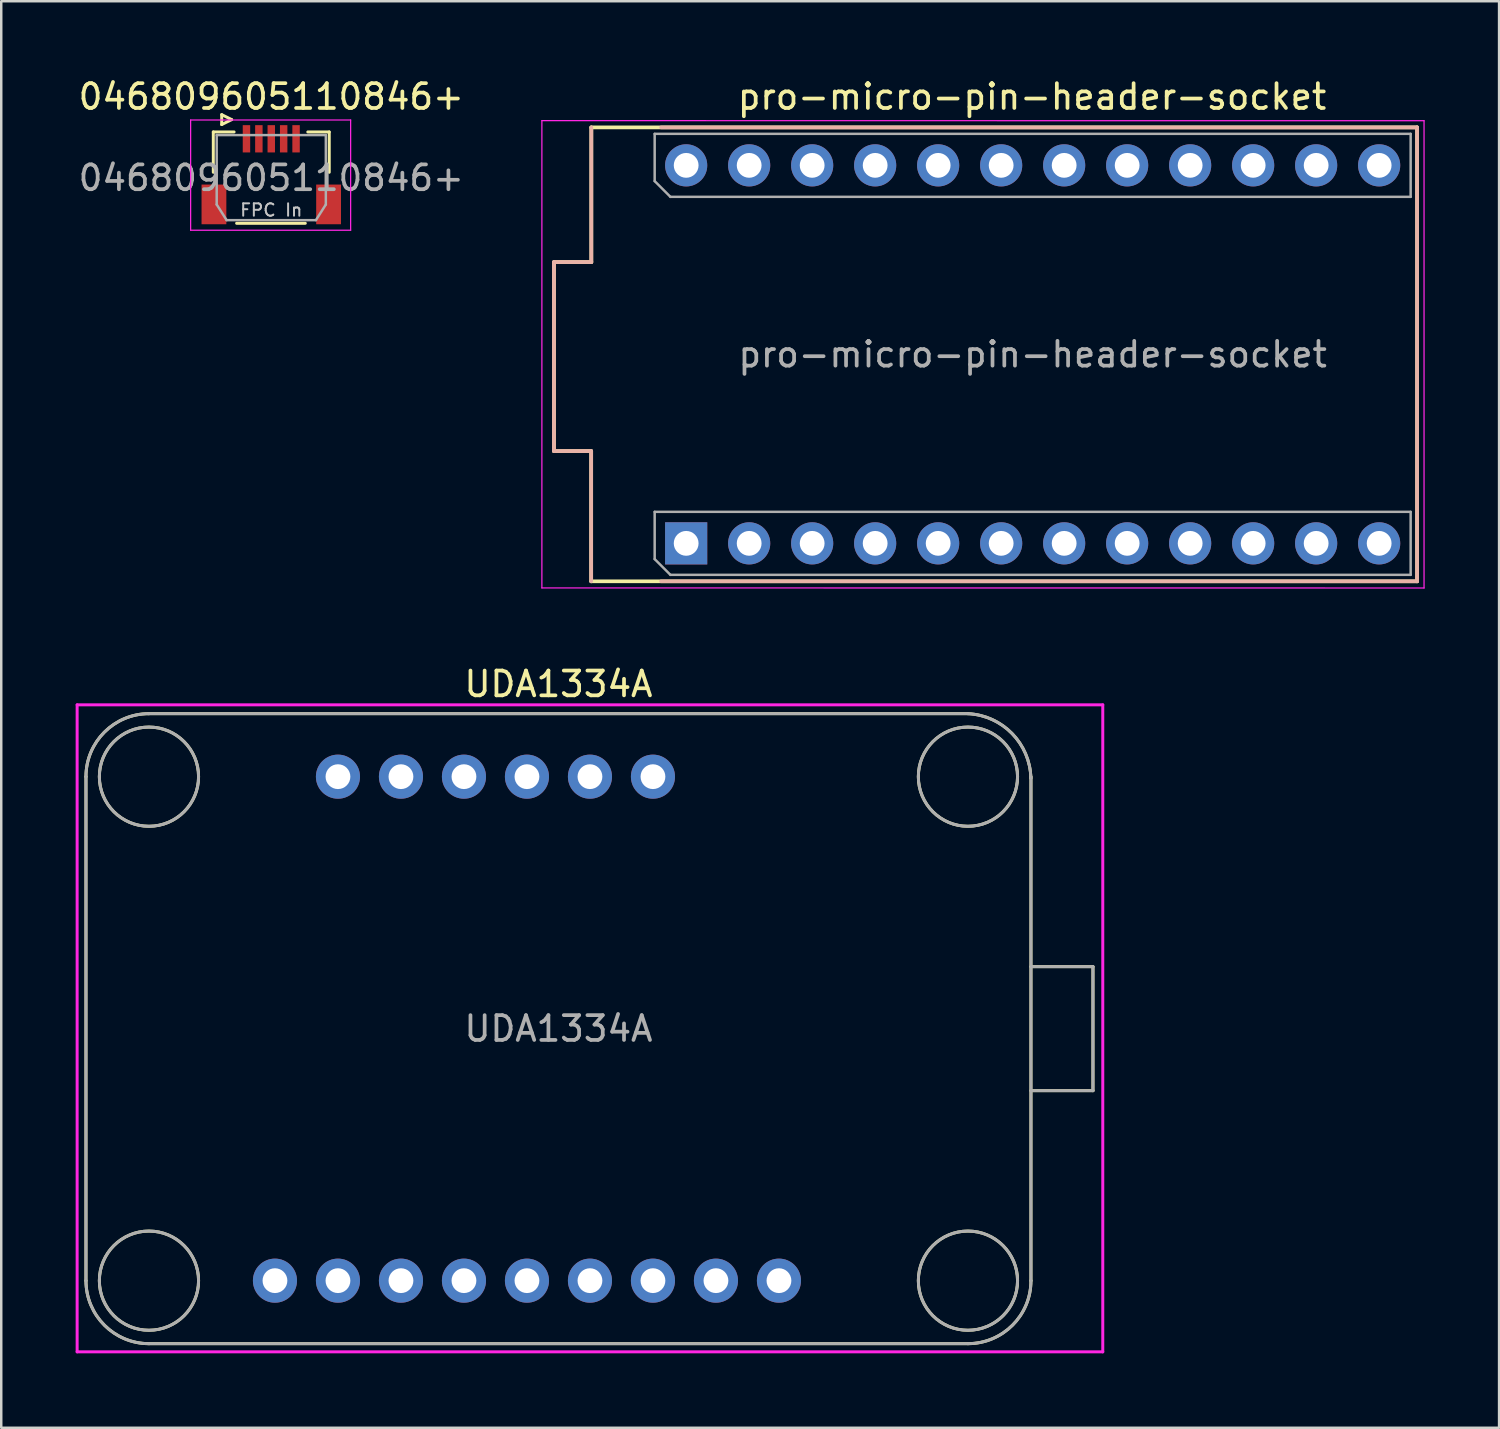
<source format=kicad_pcb>
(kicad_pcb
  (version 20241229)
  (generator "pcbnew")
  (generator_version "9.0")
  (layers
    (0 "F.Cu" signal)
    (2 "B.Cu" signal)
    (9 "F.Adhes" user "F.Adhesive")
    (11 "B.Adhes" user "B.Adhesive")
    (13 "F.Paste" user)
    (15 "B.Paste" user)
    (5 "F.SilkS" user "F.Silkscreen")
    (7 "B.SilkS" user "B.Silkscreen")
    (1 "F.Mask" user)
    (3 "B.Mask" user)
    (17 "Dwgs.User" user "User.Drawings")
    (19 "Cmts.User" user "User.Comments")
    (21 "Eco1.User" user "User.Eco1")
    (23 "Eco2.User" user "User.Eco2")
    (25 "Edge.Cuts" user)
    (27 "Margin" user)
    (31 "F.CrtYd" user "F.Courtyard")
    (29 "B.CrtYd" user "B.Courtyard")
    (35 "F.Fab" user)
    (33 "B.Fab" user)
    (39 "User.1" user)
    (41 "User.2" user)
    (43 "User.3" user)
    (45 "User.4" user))
  (footprint "UDA1334A"
    (layer "F.Cu")
    (at 19.466 38.424)
    (property "Reference" "UDA1334A" (at 0 -13.894 0) (layer "F.SilkS") (effects (font (size 1 1) (thickness 0.15))))
    (attr through_hole)
    (fp_line (start -19.05 10.16) (end -19.05 -10.16) (stroke (width 0.12) (type solid)) (layer "F.SilkS"))
    (fp_line (start -16.51 -12.7) (end 16.51 -12.7) (stroke (width 0.12) (type solid)) (layer "F.SilkS"))
    (fp_line (start -16.51 12.7) (end 16.51 12.7) (stroke (width 0.12) (type solid)) (layer "F.SilkS"))
    (fp_line (start 19.05 -10.16) (end 19.05 10.16) (stroke (width 0.12) (type solid)) (layer "F.SilkS"))
    (fp_line (start 19.05 2.5) (end 21.55 2.5) (stroke (width 0.12) (type solid)) (layer "F.SilkS"))
    (fp_line (start 21.55 -2.5) (end 19.05 -2.5) (stroke (width 0.12) (type solid)) (layer "F.SilkS"))
    (fp_line (start 21.55 2.5) (end 21.55 -2.5) (stroke (width 0.12) (type solid)) (layer "F.SilkS"))
    (fp_arc (start -19.05 -10.16) (mid -18.306051 -11.956051) (end -16.51 -12.7) (stroke (width 0.12) (type solid)) (layer "F.SilkS"))
    (fp_arc (start -16.51 12.7) (mid -18.306051 11.956051) (end -19.05 10.16) (stroke (width 0.12) (type solid)) (layer "F.SilkS"))
    (fp_arc (start 16.51 -12.7) (mid 18.289861 -11.898129) (end 19.047017 -10.098791) (stroke (width 0.12) (type solid)) (layer "F.SilkS"))
    (fp_arc (start 19.05 10.16) (mid 18.306051 11.956051) (end 16.51 12.7) (stroke (width 0.12) (type solid)) (layer "F.SilkS"))
    (fp_circle (center -16.51 -10.16) (end -14.51 -10.16) (stroke (width 0.12) (type solid)) (fill no) (layer "F.SilkS"))
    (fp_circle (center -16.51 10.16) (end -14.51 10.16) (stroke (width 0.12) (type solid)) (fill no) (layer "F.SilkS"))
    (fp_circle (center 16.51 -10.16) (end 18.51 -10.16) (stroke (width 0.12) (type solid)) (fill no) (layer "F.SilkS"))
    (fp_circle (center 16.51 10.16) (end 18.51 10.16) (stroke (width 0.12) (type solid)) (fill no) (layer "F.SilkS"))
    (fp_line (start -19.406 -13.056) (end 21.946 -13.056) (stroke (width 0.12) (type solid)) (layer "F.CrtYd"))
    (fp_line (start -19.406 13.03) (end -19.406 -13.056) (stroke (width 0.12) (type solid)) (layer "F.CrtYd"))
    (fp_line (start 21.946 -13.056) (end 21.946 13.03) (stroke (width 0.12) (type solid)) (layer "F.CrtYd"))
    (fp_line (start 21.946 13.03) (end -19.406 13.03) (stroke (width 0.12) (type solid)) (layer "F.CrtYd"))
    (fp_line (start -19.05 10.16) (end -19.05 -10.16) (stroke (width 0.12) (type solid)) (layer "F.Fab"))
    (fp_line (start -16.51 -12.7) (end 16.51 -12.7) (stroke (width 0.12) (type solid)) (layer "F.Fab"))
    (fp_line (start -16.51 12.7) (end 16.51 12.7) (stroke (width 0.12) (type solid)) (layer "F.Fab"))
    (fp_line (start 19.05 -10.16) (end 19.05 10.16) (stroke (width 0.12) (type solid)) (layer "F.Fab"))
    (fp_line (start 19.05 2.5) (end 21.55 2.5) (stroke (width 0.12) (type solid)) (layer "F.Fab"))
    (fp_line (start 21.55 -2.5) (end 19.05 -2.5) (stroke (width 0.12) (type solid)) (layer "F.Fab"))
    (fp_line (start 21.55 2.5) (end 21.55 -2.5) (stroke (width 0.12) (type solid)) (layer "F.Fab"))
    (fp_arc (start -19.05 -10.16) (mid -18.306051 -11.956051) (end -16.51 -12.7) (stroke (width 0.12) (type solid)) (layer "F.Fab"))
    (fp_arc (start -16.51 12.7) (mid -18.306051 11.956051) (end -19.05 10.16) (stroke (width 0.12) (type solid)) (layer "F.Fab"))
    (fp_arc (start 16.507773 -12.700108) (mid 18.289083 -11.898927) (end 19.047017 -10.098791) (stroke (width 0.12) (type solid)) (layer "F.Fab"))
    (fp_arc (start 19.05 10.16) (mid 18.306051 11.956051) (end 16.51 12.7) (stroke (width 0.12) (type solid)) (layer "F.Fab"))
    (fp_circle (center -16.51 -10.16) (end -14.51 -10.16) (stroke (width 0.12) (type solid)) (fill no) (layer "F.Fab"))
    (fp_circle (center -16.51 10.16) (end -14.51 10.16) (stroke (width 0.12) (type solid)) (fill no) (layer "F.Fab"))
    (fp_circle (center 16.51 -10.16) (end 18.51 -10.16) (stroke (width 0.12) (type solid)) (fill no) (layer "F.Fab"))
    (fp_circle (center 16.51 10.16) (end 18.51 10.16) (stroke (width 0.12) (type solid)) (fill no) (layer "F.Fab"))
    (fp_text user "${REFERENCE}" (at 0 0 0) (layer "F.Fab") (effects (font (size 1 1) (thickness 0.15))))
    (pad "1" thru_hole circle (at -11.43 10.16) (size 1.778 1.778) (drill 1) (layers "*.Cu" "*.Mask"))
    (pad "2" thru_hole circle (at -8.89 10.16) (size 1.778 1.778) (drill 1) (layers "*.Cu" "*.Mask"))
    (pad "3" thru_hole circle (at -6.35 10.16) (size 1.778 1.778) (drill 1) (layers "*.Cu" "*.Mask"))
    (pad "4" thru_hole circle (at -3.81 10.16) (size 1.778 1.778) (drill 1) (layers "*.Cu" "*.Mask"))
    (pad "5" thru_hole circle (at -1.27 10.16) (size 1.778 1.778) (drill 1) (layers "*.Cu" "*.Mask"))
    (pad "6" thru_hole circle (at 1.27 10.16) (size 1.778 1.778) (drill 1) (layers "*.Cu" "*.Mask"))
    (pad "7" thru_hole circle (at 3.81 10.16) (size 1.778 1.778) (drill 1) (layers "*.Cu" "*.Mask"))
    (pad "8" thru_hole circle (at 6.35 10.16) (size 1.778 1.778) (drill 1) (layers "*.Cu" "*.Mask"))
    (pad "9" thru_hole circle (at 8.89 10.16) (size 1.778 1.778) (drill 1) (layers "*.Cu" "*.Mask"))
    (pad "10" thru_hole circle (at -8.89 -10.16) (size 1.778 1.778) (drill 1) (layers "*.Cu" "*.Mask"))
    (pad "11" thru_hole circle (at -6.35 -10.16) (size 1.778 1.778) (drill 1) (layers "*.Cu" "*.Mask"))
    (pad "12" thru_hole circle (at -3.81 -10.16) (size 1.778 1.778) (drill 1) (layers "*.Cu" "*.Mask"))
    (pad "13" thru_hole circle (at -1.27 -10.16) (size 1.778 1.778) (drill 1) (layers "*.Cu" "*.Mask"))
    (pad "14" thru_hole circle (at 1.27 -10.16) (size 1.778 1.778) (drill 1) (layers "*.Cu" "*.Mask"))
    (pad "15" thru_hole circle (at 3.81 -10.16) (size 1.778 1.778) (drill 1) (layers "*.Cu" "*.Mask")))
  (footprint "pro-micro-pin-header-socket"
    (layer "F.Cu")
    (at 38.585 11.237)
    (property "Reference" "pro-micro-pin-header-socket" (at -0.025 -10.389 0) (layer "F.SilkS") (effects (font (size 1 1) (thickness 0.15))))
    (attr through_hole)
    (fp_line (start -19.3 -3.72) (end -17.794 -3.72) (stroke (width 0.15) (type solid)) (layer "F.SilkS"))
    (fp_line (start -19.3 3.9) (end -19.3 -3.72) (stroke (width 0.15) (type solid)) (layer "F.SilkS"))
    (fp_line (start -17.8 -9.15) (end 15.5 -9.15) (stroke (width 0.15) (type solid)) (layer "F.SilkS"))
    (fp_line (start -17.8 3.9) (end -19.3 3.9) (stroke (width 0.15) (type solid)) (layer "F.SilkS"))
    (fp_line (start -17.8 9.15) (end -17.8 3.9) (stroke (width 0.15) (type solid)) (layer "F.SilkS"))
    (fp_line (start -17.8 9.15) (end 15.5 9.15) (stroke (width 0.15) (type solid)) (layer "F.SilkS"))
    (fp_line (start -17.794 -3.72) (end -17.794 -9.15) (stroke (width 0.15) (type solid)) (layer "F.SilkS"))
    (fp_line (start 15.5 -9.15) (end 15.5 9.15) (stroke (width 0.15) (type solid)) (layer "F.SilkS"))
    (fp_line (start -19.3 -3.72) (end -17.794 -3.72) (stroke (width 0.15) (type solid)) (layer "B.SilkS"))
    (fp_line (start -19.3 3.9) (end -19.3 -3.72) (stroke (width 0.15) (type solid)) (layer "B.SilkS"))
    (fp_line (start -17.8 3.9) (end -19.3 3.9) (stroke (width 0.15) (type solid)) (layer "B.SilkS"))
    (fp_line (start -17.8 9.15) (end -17.8 3.9) (stroke (width 0.15) (type solid)) (layer "B.SilkS"))
    (fp_line (start -17.794 -3.72) (end -17.794 -9.15) (stroke (width 0.15) (type solid)) (layer "B.SilkS"))
    (fp_line (start -14.98 -9.15) (end 15.5 -9.15) (stroke (width 0.15) (type solid)) (layer "B.SilkS"))
    (fp_line (start 15.5 -9.15) (end 15.5 9.15) (stroke (width 0.15) (type solid)) (layer "B.SilkS"))
    (fp_line (start 15.5 9.15) (end -14.98 9.15) (stroke (width 0.15) (type solid)) (layer "B.SilkS"))
    (fp_line (start -19.787 -9.423) (end -19.787 9.417) (stroke (width 0.05) (type solid)) (layer "F.CrtYd"))
    (fp_line (start -19.787 9.417) (end 15.78 9.42) (stroke (width 0.05) (type solid)) (layer "F.CrtYd"))
    (fp_line (start 15.78 -9.42) (end -19.787 -9.423) (stroke (width 0.05) (type solid)) (layer "F.CrtYd"))
    (fp_line (start 15.78 9.42) (end 15.78 -9.42) (stroke (width 0.05) (type solid)) (layer "F.CrtYd"))
    (fp_line (start -15.24 -8.89) (end 15.24 -8.89) (stroke (width 0.1) (type solid)) (layer "F.Fab"))
    (fp_line (start -15.24 -6.985) (end -15.24 -8.89) (stroke (width 0.1) (type solid)) (layer "F.Fab"))
    (fp_line (start -15.24 6.35) (end 15.24 6.35) (stroke (width 0.1) (type solid)) (layer "F.Fab"))
    (fp_line (start -15.24 8.255) (end -15.24 6.35) (stroke (width 0.1) (type solid)) (layer "F.Fab"))
    (fp_line (start -14.605 -6.35) (end -15.24 -6.985) (stroke (width 0.1) (type solid)) (layer "F.Fab"))
    (fp_line (start -14.605 8.89) (end -15.24 8.255) (stroke (width 0.1) (type solid)) (layer "F.Fab"))
    (fp_line (start 15.24 -8.89) (end 15.24 -6.35) (stroke (width 0.1) (type solid)) (layer "F.Fab"))
    (fp_line (start 15.24 -6.35) (end -14.605 -6.35) (stroke (width 0.1) (type solid)) (layer "F.Fab"))
    (fp_line (start 15.24 6.35) (end 15.24 8.89) (stroke (width 0.1) (type solid)) (layer "F.Fab"))
    (fp_line (start 15.24 8.89) (end -14.605 8.89) (stroke (width 0.1) (type solid)) (layer "F.Fab"))
    (fp_text user "${REFERENCE}" (at 0 0 180) (layer "F.Fab") (effects (font (size 1 1) (thickness 0.15))))
    (pad "1" thru_hole rect (at -13.97 7.62 90) (size 1.7 1.7) (drill 1) (layers "*.Cu" "*.Mask"))
    (pad "2" thru_hole oval (at -11.43 7.62 90) (size 1.7 1.7) (drill 1) (layers "*.Cu" "*.Mask"))
    (pad "3" thru_hole oval (at -8.89 7.62 90) (size 1.7 1.7) (drill 1) (layers "*.Cu" "*.Mask"))
    (pad "4" thru_hole oval (at -6.35 7.62 90) (size 1.7 1.7) (drill 1) (layers "*.Cu" "*.Mask"))
    (pad "5" thru_hole oval (at -3.81 7.62 90) (size 1.7 1.7) (drill 1) (layers "*.Cu" "*.Mask"))
    (pad "6" thru_hole oval (at -1.27 7.62 90) (size 1.7 1.7) (drill 1) (layers "*.Cu" "*.Mask"))
    (pad "7" thru_hole oval (at 1.27 7.62 90) (size 1.7 1.7) (drill 1) (layers "*.Cu" "*.Mask"))
    (pad "8" thru_hole oval (at 3.81 7.62 90) (size 1.7 1.7) (drill 1) (layers "*.Cu" "*.Mask"))
    (pad "9" thru_hole oval (at 6.35 7.62 90) (size 1.7 1.7) (drill 1) (layers "*.Cu" "*.Mask"))
    (pad "10" thru_hole oval (at 8.89 7.62 90) (size 1.7 1.7) (drill 1) (layers "*.Cu" "*.Mask"))
    (pad "11" thru_hole oval (at 11.43 7.62 90) (size 1.7 1.7) (drill 1) (layers "*.Cu" "*.Mask"))
    (pad "12" thru_hole oval (at 13.97 7.62 90) (size 1.7 1.7) (drill 1) (layers "*.Cu" "*.Mask"))
    (pad "13" thru_hole circle (at 13.97 -7.62 90) (size 1.7 1.7) (drill 1) (layers "*.Cu" "*.Mask"))
    (pad "14" thru_hole circle (at 11.43 -7.62 90) (size 1.7 1.7) (drill 1) (layers "*.Cu" "*.Mask"))
    (pad "15" thru_hole circle (at 8.89 -7.62 90) (size 1.7 1.7) (drill 1) (layers "*.Cu" "*.Mask"))
    (pad "16" thru_hole circle (at 6.35 -7.62 90) (size 1.7 1.7) (drill 1) (layers "*.Cu" "*.Mask"))
    (pad "17" thru_hole circle (at 3.81 -7.62 90) (size 1.7 1.7) (drill 1) (layers "*.Cu" "*.Mask"))
    (pad "18" thru_hole circle (at 1.27 -7.62 90) (size 1.7 1.7) (drill 1) (layers "*.Cu" "*.Mask"))
    (pad "19" thru_hole circle (at -1.27 -7.62 90) (size 1.7 1.7) (drill 1) (layers "*.Cu" "*.Mask"))
    (pad "20" thru_hole circle (at -3.81 -7.62 90) (size 1.7 1.7) (drill 1) (layers "*.Cu" "*.Mask"))
    (pad "21" thru_hole circle (at -6.35 -7.62 90) (size 1.7 1.7) (drill 1) (layers "*.Cu" "*.Mask"))
    (pad "22" thru_hole circle (at -8.89 -7.62 90) (size 1.7 1.7) (drill 1) (layers "*.Cu" "*.Mask"))
    (pad "23" thru_hole circle (at -11.43 -7.62 90) (size 1.7 1.7) (drill 1) (layers "*.Cu" "*.Mask"))
    (pad "24" thru_hole circle (at -13.97 -7.62 90) (size 1.7 1.7) (drill 1) (layers "*.Cu" "*.Mask")))
  (footprint "046809605110846+"
    (layer "F.Cu")
    (at 7.887 4.226)
    (property "Reference" "046809605110846+" (at 0 -3.378 0) (layer "F.SilkS") (effects (font (size 1 1) (thickness 0.15))))
    (attr through_hole)
    (fp_line (start -2.337 -1.956) (end -2.337 -0.33) (stroke (width 0.12) (type solid)) (layer "F.SilkS"))
    (fp_line (start -2.337 -1.956) (end -1.499 -1.956) (stroke (width 0.12) (type solid)) (layer "F.SilkS"))
    (fp_line (start -1.998 -2.654) (end -1.998 -2.254) (stroke (width 0.12) (type solid)) (layer "F.SilkS"))
    (fp_line (start -1.998 -2.254) (end -1.598 -2.454) (stroke (width 0.12) (type solid)) (layer "F.SilkS"))
    (fp_line (start -1.598 -2.454) (end -1.998 -2.654) (stroke (width 0.12) (type solid)) (layer "F.SilkS"))
    (fp_line (start -1.397 1.727) (end 1.372 1.727) (stroke (width 0.12) (type solid)) (layer "F.SilkS"))
    (fp_line (start 1.473 -1.956) (end 2.337 -1.956) (stroke (width 0.12) (type solid)) (layer "F.SilkS"))
    (fp_line (start 2.337 -1.956) (end 2.337 -0.33) (stroke (width 0.12) (type solid)) (layer "F.SilkS"))
    (fp_line (start -3.251 -2.438) (end -3.251 2.007) (stroke (width 0.05) (type solid)) (layer "F.CrtYd"))
    (fp_line (start -3.251 2.007) (end 3.2 2.007) (stroke (width 0.05) (type solid)) (layer "F.CrtYd"))
    (fp_line (start 3.2 -2.438) (end -3.251 -2.438) (stroke (width 0.05) (type solid)) (layer "F.CrtYd"))
    (fp_line (start 3.2 2.007) (end 3.2 -2.438) (stroke (width 0.05) (type solid)) (layer "F.CrtYd"))
    (fp_line (start -2.2 -1.83) (end 2.2 -1.83) (stroke (width 0.1) (type solid)) (layer "F.Fab"))
    (fp_line (start -2.2 0.97) (end -2.2 -1.83) (stroke (width 0.1) (type solid)) (layer "F.Fab"))
    (fp_line (start -2.2 0.97) (end -1.8 1.6) (stroke (width 0.1) (type solid)) (layer "F.Fab"))
    (fp_line (start 1.8 1.6) (end -1.8 1.6) (stroke (width 0.1) (type solid)) (layer "F.Fab"))
    (fp_line (start 1.8 1.6) (end 2.2 0.97) (stroke (width 0.1) (type solid)) (layer "F.Fab"))
    (fp_line (start 2.2 -1.83) (end 2.2 0.97) (stroke (width 0.1) (type solid)) (layer "F.Fab"))
    (fp_text user "FPC In" (at 0 1.194 0) (layer "Dwgs.User") (effects (font (size 0.5 0.5) (thickness 0.08))))
    (fp_text user "${REFERENCE}" (at 0 -0.102 0) (layer "F.Fab") (effects (font (size 1 1) (thickness 0.15))))
    (pad "1" smd rect (at -1 -1.68) (size 0.3 1.1) (layers "F.Cu" "F.Mask" "F.Paste"))
    (pad "2" smd rect (at -0.5 -1.68) (size 0.3 1.1) (layers "F.Cu" "F.Mask" "F.Paste"))
    (pad "3" smd rect (at 0 -1.68) (size 0.3 1.1) (layers "F.Cu" "F.Mask" "F.Paste"))
    (pad "4" smd rect (at 0.5 -1.68) (size 0.3 1.1) (layers "F.Cu" "F.Mask" "F.Paste"))
    (pad "5" smd rect (at 1 -1.68) (size 0.3 1.1) (layers "F.Cu" "F.Mask" "F.Paste"))
    (pad "MP" smd rect (at -2.311 0.965) (size 1 1.6) (layers "F.Cu" "F.Mask" "F.Paste"))
    (pad "MP" smd rect (at 2.311 0.965) (size 1 1.6) (layers "F.Cu" "F.Mask" "F.Paste")))
  (gr_rect
    (start -3 -3)
    (end 57.39 54.514)
    (stroke (width 0.1) (type default))
    (fill no)
    (layer "Edge.Cuts")))
</source>
